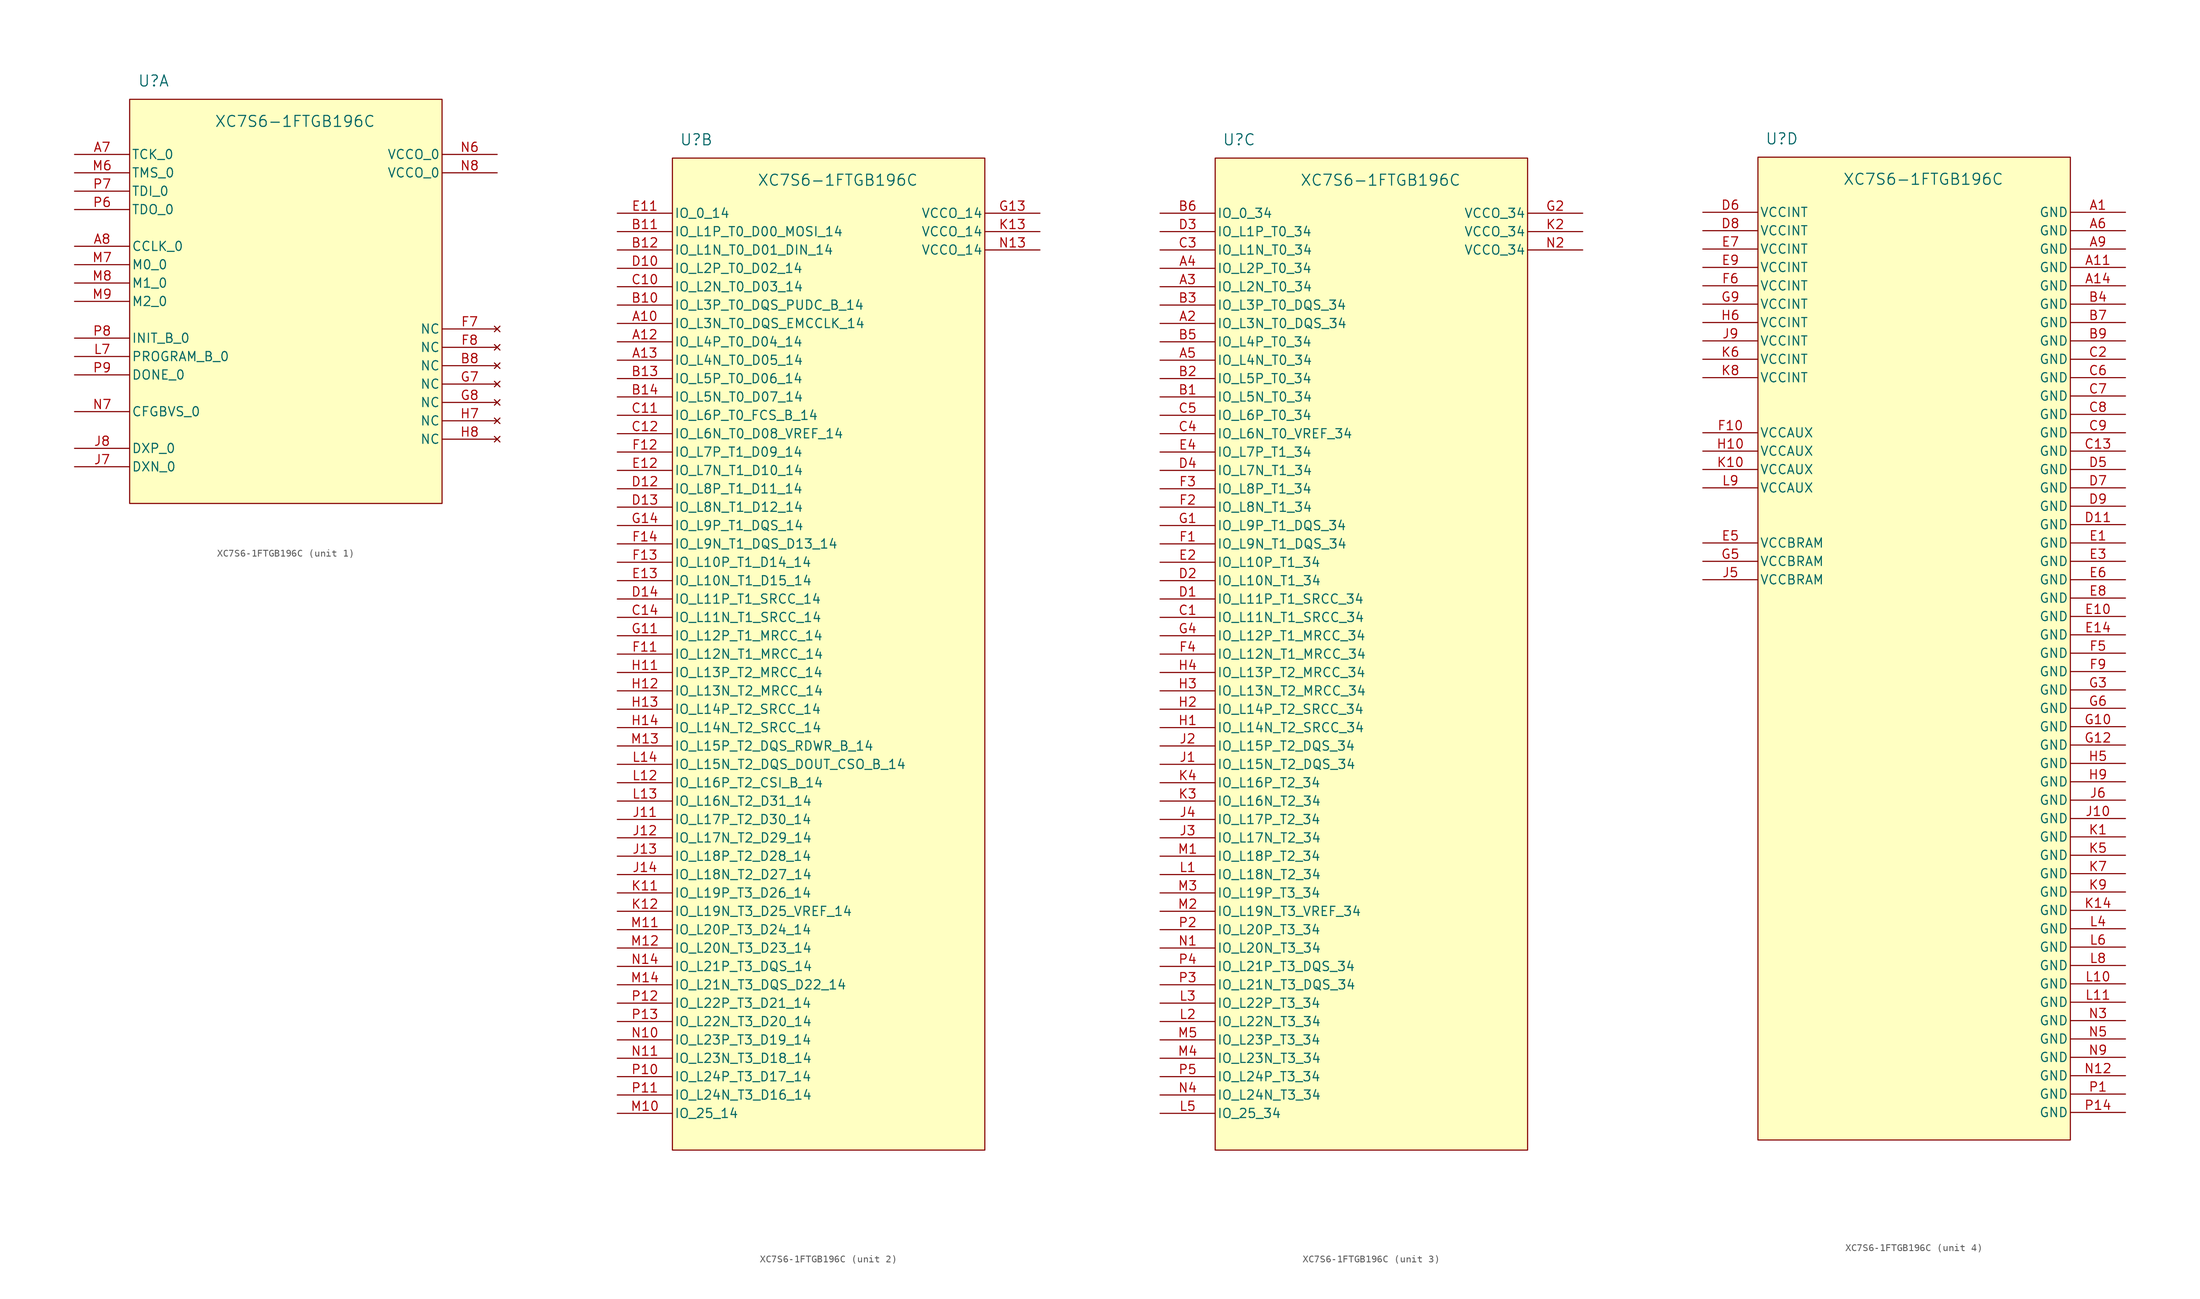
<source format=kicad_sym>
(kicad_symbol_lib
  (version 20241209)
  (generator "kicad_symbol_editor")
  (generator_version "9.0")
  (symbol "XC7S6-1FTGB196C"
    (pin_names
      (offset 0.254))
    (property "Reference" "U"
      (at -18.288 10.16 0)
      (effects (font (size 1.524 1.524))))
    (property "Value" "XC7S6-1FTGB196C"
      (at 1.27 4.572 0)
      (effects (font (size 1.524 1.524))))
    (property "ki_locked" ""
      (at 0 0 0)
      (effects (font (size 1.27 1.27))))
    (symbol "XC7S6-1FTGB196C_1_1"
      (rectangle (start -21.59 7.62) (end 21.59 -48.26) (stroke (width 0) (type default)) (fill (type background)))
      (pin input line (at -29.21 0 0) (length 7.62) (name "TCK_0" (effects (font (size 1.27 1.27)))) (number "A7" (effects (font (size 1.27 1.27)))))
      (pin input line (at -29.21 -2.54 0) (length 7.62) (name "TMS_0" (effects (font (size 1.27 1.27)))) (number "M6" (effects (font (size 1.27 1.27)))))
      (pin input line (at -29.21 -5.08 0) (length 7.62) (name "TDI_0" (effects (font (size 1.27 1.27)))) (number "P7" (effects (font (size 1.27 1.27)))))
      (pin output line (at -29.21 -7.62 0) (length 7.62) (name "TDO_0" (effects (font (size 1.27 1.27)))) (number "P6" (effects (font (size 1.27 1.27)))))
      (pin bidirectional line (at -29.21 -12.7 0) (length 7.62) (name "CCLK_0" (effects (font (size 1.27 1.27)))) (number "A8" (effects (font (size 1.27 1.27)))))
      (pin input line (at -29.21 -15.24 0) (length 7.62) (name "M0_0" (effects (font (size 1.27 1.27)))) (number "M7" (effects (font (size 1.27 1.27)))))
      (pin input line (at -29.21 -17.78 0) (length 7.62) (name "M1_0" (effects (font (size 1.27 1.27)))) (number "M8" (effects (font (size 1.27 1.27)))))
      (pin input line (at -29.21 -20.32 0) (length 7.62) (name "M2_0" (effects (font (size 1.27 1.27)))) (number "M9" (effects (font (size 1.27 1.27)))))
      (pin bidirectional line (at -29.21 -25.4 0) (length 7.62) (name "INIT_B_0" (effects (font (size 1.27 1.27)))) (number "P8" (effects (font (size 1.27 1.27)))))
      (pin input line (at -29.21 -27.94 0) (length 7.62) (name "PROGRAM_B_0" (effects (font (size 1.27 1.27)))) (number "L7" (effects (font (size 1.27 1.27)))))
      (pin bidirectional line (at -29.21 -30.48 0) (length 7.62) (name "DONE_0" (effects (font (size 1.27 1.27)))) (number "P9" (effects (font (size 1.27 1.27)))))
      (pin input line (at -29.21 -35.56 0) (length 7.62) (name "CFGBVS_0" (effects (font (size 1.27 1.27)))) (number "N7" (effects (font (size 1.27 1.27)))))
      (pin passive line (at -29.21 -40.64 0) (length 7.62) (name "DXP_0" (effects (font (size 1.27 1.27)))) (number "J8" (effects (font (size 1.27 1.27)))))
      (pin passive line (at -29.21 -43.18 0) (length 7.62) (name "DXN_0" (effects (font (size 1.27 1.27)))) (number "J7" (effects (font (size 1.27 1.27)))))
      (pin power_in line (at 29.21 0 180) (length 7.62) (name "VCCO_0" (effects (font (size 1.27 1.27)))) (number "N6" (effects (font (size 1.27 1.27)))))
      (pin power_in line (at 29.21 -2.54 180) (length 7.62) (name "VCCO_0" (effects (font (size 1.27 1.27)))) (number "N8" (effects (font (size 1.27 1.27)))))
      (pin no_connect line (at 29.21 -24.13 180) (length 7.62) (name "NC" (effects (font (size 1.27 1.27)))) (number "F7" (effects (font (size 1.27 1.27)))))
      (pin no_connect line (at 29.21 -26.67 180) (length 7.62) (name "NC" (effects (font (size 1.27 1.27)))) (number "F8" (effects (font (size 1.27 1.27)))))
      (pin no_connect line (at 29.21 -29.21 180) (length 7.62) (name "NC" (effects (font (size 1.27 1.27)))) (number "B8" (effects (font (size 1.27 1.27)))))
      (pin no_connect line (at 29.21 -31.75 180) (length 7.62) (name "NC" (effects (font (size 1.27 1.27)))) (number "G7" (effects (font (size 1.27 1.27)))))
      (pin no_connect line (at 29.21 -34.29 180) (length 7.62) (name "NC" (effects (font (size 1.27 1.27)))) (number "G8" (effects (font (size 1.27 1.27)))))
      (pin no_connect line (at 29.21 -36.83 180) (length 7.62) (name "NC" (effects (font (size 1.27 1.27)))) (number "H7" (effects (font (size 1.27 1.27)))))
      (pin no_connect line (at 29.21 -39.37 180) (length 7.62) (name "NC" (effects (font (size 1.27 1.27)))) (number "H8" (effects (font (size 1.27 1.27))))))
    (symbol "XC7S6-1FTGB196C_2_1"
      (rectangle (start -21.59 7.62) (end 21.59 -129.54) (stroke (width 0) (type default)) (fill (type background)))
      (pin bidirectional line (at -29.21 0 0) (length 7.62) (name "IO_0_14" (effects (font (size 1.27 1.27)))) (number "E11" (effects (font (size 1.27 1.27)))))
      (pin bidirectional line (at -29.21 -2.54 0) (length 7.62) (name "IO_L1P_T0_D00_MOSI_14" (effects (font (size 1.27 1.27)))) (number "B11" (effects (font (size 1.27 1.27)))))
      (pin bidirectional line (at -29.21 -5.08 0) (length 7.62) (name "IO_L1N_T0_D01_DIN_14" (effects (font (size 1.27 1.27)))) (number "B12" (effects (font (size 1.27 1.27)))))
      (pin bidirectional line (at -29.21 -7.62 0) (length 7.62) (name "IO_L2P_T0_D02_14" (effects (font (size 1.27 1.27)))) (number "D10" (effects (font (size 1.27 1.27)))))
      (pin bidirectional line (at -29.21 -10.16 0) (length 7.62) (name "IO_L2N_T0_D03_14" (effects (font (size 1.27 1.27)))) (number "C10" (effects (font (size 1.27 1.27)))))
      (pin bidirectional line (at -29.21 -12.7 0) (length 7.62) (name "IO_L3P_T0_DQS_PUDC_B_14" (effects (font (size 1.27 1.27)))) (number "B10" (effects (font (size 1.27 1.27)))))
      (pin bidirectional line (at -29.21 -15.24 0) (length 7.62) (name "IO_L3N_T0_DQS_EMCCLK_14" (effects (font (size 1.27 1.27)))) (number "A10" (effects (font (size 1.27 1.27)))))
      (pin bidirectional line (at -29.21 -17.78 0) (length 7.62) (name "IO_L4P_T0_D04_14" (effects (font (size 1.27 1.27)))) (number "A12" (effects (font (size 1.27 1.27)))))
      (pin bidirectional line (at -29.21 -20.32 0) (length 7.62) (name "IO_L4N_T0_D05_14" (effects (font (size 1.27 1.27)))) (number "A13" (effects (font (size 1.27 1.27)))))
      (pin bidirectional line (at -29.21 -22.86 0) (length 7.62) (name "IO_L5P_T0_D06_14" (effects (font (size 1.27 1.27)))) (number "B13" (effects (font (size 1.27 1.27)))))
      (pin bidirectional line (at -29.21 -25.4 0) (length 7.62) (name "IO_L5N_T0_D07_14" (effects (font (size 1.27 1.27)))) (number "B14" (effects (font (size 1.27 1.27)))))
      (pin bidirectional line (at -29.21 -27.94 0) (length 7.62) (name "IO_L6P_T0_FCS_B_14" (effects (font (size 1.27 1.27)))) (number "C11" (effects (font (size 1.27 1.27)))))
      (pin bidirectional line (at -29.21 -30.48 0) (length 7.62) (name "IO_L6N_T0_D08_VREF_14" (effects (font (size 1.27 1.27)))) (number "C12" (effects (font (size 1.27 1.27)))))
      (pin bidirectional line (at -29.21 -33.02 0) (length 7.62) (name "IO_L7P_T1_D09_14" (effects (font (size 1.27 1.27)))) (number "F12" (effects (font (size 1.27 1.27)))))
      (pin bidirectional line (at -29.21 -35.56 0) (length 7.62) (name "IO_L7N_T1_D10_14" (effects (font (size 1.27 1.27)))) (number "E12" (effects (font (size 1.27 1.27)))))
      (pin bidirectional line (at -29.21 -38.1 0) (length 7.62) (name "IO_L8P_T1_D11_14" (effects (font (size 1.27 1.27)))) (number "D12" (effects (font (size 1.27 1.27)))))
      (pin bidirectional line (at -29.21 -40.64 0) (length 7.62) (name "IO_L8N_T1_D12_14" (effects (font (size 1.27 1.27)))) (number "D13" (effects (font (size 1.27 1.27)))))
      (pin bidirectional line (at -29.21 -43.18 0) (length 7.62) (name "IO_L9P_T1_DQS_14" (effects (font (size 1.27 1.27)))) (number "G14" (effects (font (size 1.27 1.27)))))
      (pin bidirectional line (at -29.21 -45.72 0) (length 7.62) (name "IO_L9N_T1_DQS_D13_14" (effects (font (size 1.27 1.27)))) (number "F14" (effects (font (size 1.27 1.27)))))
      (pin bidirectional line (at -29.21 -48.26 0) (length 7.62) (name "IO_L10P_T1_D14_14" (effects (font (size 1.27 1.27)))) (number "F13" (effects (font (size 1.27 1.27)))))
      (pin bidirectional line (at -29.21 -50.8 0) (length 7.62) (name "IO_L10N_T1_D15_14" (effects (font (size 1.27 1.27)))) (number "E13" (effects (font (size 1.27 1.27)))))
      (pin bidirectional line (at -29.21 -53.34 0) (length 7.62) (name "IO_L11P_T1_SRCC_14" (effects (font (size 1.27 1.27)))) (number "D14" (effects (font (size 1.27 1.27)))))
      (pin bidirectional line (at -29.21 -55.88 0) (length 7.62) (name "IO_L11N_T1_SRCC_14" (effects (font (size 1.27 1.27)))) (number "C14" (effects (font (size 1.27 1.27)))))
      (pin bidirectional line (at -29.21 -58.42 0) (length 7.62) (name "IO_L12P_T1_MRCC_14" (effects (font (size 1.27 1.27)))) (number "G11" (effects (font (size 1.27 1.27)))))
      (pin bidirectional line (at -29.21 -60.96 0) (length 7.62) (name "IO_L12N_T1_MRCC_14" (effects (font (size 1.27 1.27)))) (number "F11" (effects (font (size 1.27 1.27)))))
      (pin bidirectional line (at -29.21 -63.5 0) (length 7.62) (name "IO_L13P_T2_MRCC_14" (effects (font (size 1.27 1.27)))) (number "H11" (effects (font (size 1.27 1.27)))))
      (pin bidirectional line (at -29.21 -66.04 0) (length 7.62) (name "IO_L13N_T2_MRCC_14" (effects (font (size 1.27 1.27)))) (number "H12" (effects (font (size 1.27 1.27)))))
      (pin bidirectional line (at -29.21 -68.58 0) (length 7.62) (name "IO_L14P_T2_SRCC_14" (effects (font (size 1.27 1.27)))) (number "H13" (effects (font (size 1.27 1.27)))))
      (pin bidirectional line (at -29.21 -71.12 0) (length 7.62) (name "IO_L14N_T2_SRCC_14" (effects (font (size 1.27 1.27)))) (number "H14" (effects (font (size 1.27 1.27)))))
      (pin bidirectional line (at -29.21 -73.66 0) (length 7.62) (name "IO_L15P_T2_DQS_RDWR_B_14" (effects (font (size 1.27 1.27)))) (number "M13" (effects (font (size 1.27 1.27)))))
      (pin bidirectional line (at -29.21 -76.2 0) (length 7.62) (name "IO_L15N_T2_DQS_DOUT_CSO_B_14" (effects (font (size 1.27 1.27)))) (number "L14" (effects (font (size 1.27 1.27)))))
      (pin bidirectional line (at -29.21 -78.74 0) (length 7.62) (name "IO_L16P_T2_CSI_B_14" (effects (font (size 1.27 1.27)))) (number "L12" (effects (font (size 1.27 1.27)))))
      (pin bidirectional line (at -29.21 -81.28 0) (length 7.62) (name "IO_L16N_T2_D31_14" (effects (font (size 1.27 1.27)))) (number "L13" (effects (font (size 1.27 1.27)))))
      (pin bidirectional line (at -29.21 -83.82 0) (length 7.62) (name "IO_L17P_T2_D30_14" (effects (font (size 1.27 1.27)))) (number "J11" (effects (font (size 1.27 1.27)))))
      (pin bidirectional line (at -29.21 -86.36 0) (length 7.62) (name "IO_L17N_T2_D29_14" (effects (font (size 1.27 1.27)))) (number "J12" (effects (font (size 1.27 1.27)))))
      (pin bidirectional line (at -29.21 -88.9 0) (length 7.62) (name "IO_L18P_T2_D28_14" (effects (font (size 1.27 1.27)))) (number "J13" (effects (font (size 1.27 1.27)))))
      (pin bidirectional line (at -29.21 -91.44 0) (length 7.62) (name "IO_L18N_T2_D27_14" (effects (font (size 1.27 1.27)))) (number "J14" (effects (font (size 1.27 1.27)))))
      (pin bidirectional line (at -29.21 -93.98 0) (length 7.62) (name "IO_L19P_T3_D26_14" (effects (font (size 1.27 1.27)))) (number "K11" (effects (font (size 1.27 1.27)))))
      (pin bidirectional line (at -29.21 -96.52 0) (length 7.62) (name "IO_L19N_T3_D25_VREF_14" (effects (font (size 1.27 1.27)))) (number "K12" (effects (font (size 1.27 1.27)))))
      (pin bidirectional line (at -29.21 -99.06 0) (length 7.62) (name "IO_L20P_T3_D24_14" (effects (font (size 1.27 1.27)))) (number "M11" (effects (font (size 1.27 1.27)))))
      (pin bidirectional line (at -29.21 -101.6 0) (length 7.62) (name "IO_L20N_T3_D23_14" (effects (font (size 1.27 1.27)))) (number "M12" (effects (font (size 1.27 1.27)))))
      (pin bidirectional line (at -29.21 -104.14 0) (length 7.62) (name "IO_L21P_T3_DQS_14" (effects (font (size 1.27 1.27)))) (number "N14" (effects (font (size 1.27 1.27)))))
      (pin bidirectional line (at -29.21 -106.68 0) (length 7.62) (name "IO_L21N_T3_DQS_D22_14" (effects (font (size 1.27 1.27)))) (number "M14" (effects (font (size 1.27 1.27)))))
      (pin bidirectional line (at -29.21 -109.22 0) (length 7.62) (name "IO_L22P_T3_D21_14" (effects (font (size 1.27 1.27)))) (number "P12" (effects (font (size 1.27 1.27)))))
      (pin bidirectional line (at -29.21 -111.76 0) (length 7.62) (name "IO_L22N_T3_D20_14" (effects (font (size 1.27 1.27)))) (number "P13" (effects (font (size 1.27 1.27)))))
      (pin bidirectional line (at -29.21 -114.3 0) (length 7.62) (name "IO_L23P_T3_D19_14" (effects (font (size 1.27 1.27)))) (number "N10" (effects (font (size 1.27 1.27)))))
      (pin bidirectional line (at -29.21 -116.84 0) (length 7.62) (name "IO_L23N_T3_D18_14" (effects (font (size 1.27 1.27)))) (number "N11" (effects (font (size 1.27 1.27)))))
      (pin bidirectional line (at -29.21 -119.38 0) (length 7.62) (name "IO_L24P_T3_D17_14" (effects (font (size 1.27 1.27)))) (number "P10" (effects (font (size 1.27 1.27)))))
      (pin bidirectional line (at -29.21 -121.92 0) (length 7.62) (name "IO_L24N_T3_D16_14" (effects (font (size 1.27 1.27)))) (number "P11" (effects (font (size 1.27 1.27)))))
      (pin bidirectional line (at -29.21 -124.46 0) (length 7.62) (name "IO_25_14" (effects (font (size 1.27 1.27)))) (number "M10" (effects (font (size 1.27 1.27)))))
      (pin power_in line (at 29.21 0 180) (length 7.62) (name "VCCO_14" (effects (font (size 1.27 1.27)))) (number "G13" (effects (font (size 1.27 1.27)))))
      (pin power_in line (at 29.21 -2.54 180) (length 7.62) (name "VCCO_14" (effects (font (size 1.27 1.27)))) (number "K13" (effects (font (size 1.27 1.27)))))
      (pin power_in line (at 29.21 -5.08 180) (length 7.62) (name "VCCO_14" (effects (font (size 1.27 1.27)))) (number "N13" (effects (font (size 1.27 1.27))))))
    (symbol "XC7S6-1FTGB196C_3_1"
      (rectangle (start -21.59 7.62) (end 21.59 -129.54) (stroke (width 0) (type default)) (fill (type background)))
      (pin bidirectional line (at -29.21 0 0) (length 7.62) (name "IO_0_34" (effects (font (size 1.27 1.27)))) (number "B6" (effects (font (size 1.27 1.27)))))
      (pin bidirectional line (at -29.21 -2.54 0) (length 7.62) (name "IO_L1P_T0_34" (effects (font (size 1.27 1.27)))) (number "D3" (effects (font (size 1.27 1.27)))))
      (pin bidirectional line (at -29.21 -5.08 0) (length 7.62) (name "IO_L1N_T0_34" (effects (font (size 1.27 1.27)))) (number "C3" (effects (font (size 1.27 1.27)))))
      (pin bidirectional line (at -29.21 -7.62 0) (length 7.62) (name "IO_L2P_T0_34" (effects (font (size 1.27 1.27)))) (number "A4" (effects (font (size 1.27 1.27)))))
      (pin bidirectional line (at -29.21 -10.16 0) (length 7.62) (name "IO_L2N_T0_34" (effects (font (size 1.27 1.27)))) (number "A3" (effects (font (size 1.27 1.27)))))
      (pin bidirectional line (at -29.21 -12.7 0) (length 7.62) (name "IO_L3P_T0_DQS_34" (effects (font (size 1.27 1.27)))) (number "B3" (effects (font (size 1.27 1.27)))))
      (pin bidirectional line (at -29.21 -15.24 0) (length 7.62) (name "IO_L3N_T0_DQS_34" (effects (font (size 1.27 1.27)))) (number "A2" (effects (font (size 1.27 1.27)))))
      (pin bidirectional line (at -29.21 -17.78 0) (length 7.62) (name "IO_L4P_T0_34" (effects (font (size 1.27 1.27)))) (number "B5" (effects (font (size 1.27 1.27)))))
      (pin bidirectional line (at -29.21 -20.32 0) (length 7.62) (name "IO_L4N_T0_34" (effects (font (size 1.27 1.27)))) (number "A5" (effects (font (size 1.27 1.27)))))
      (pin bidirectional line (at -29.21 -22.86 0) (length 7.62) (name "IO_L5P_T0_34" (effects (font (size 1.27 1.27)))) (number "B2" (effects (font (size 1.27 1.27)))))
      (pin bidirectional line (at -29.21 -25.4 0) (length 7.62) (name "IO_L5N_T0_34" (effects (font (size 1.27 1.27)))) (number "B1" (effects (font (size 1.27 1.27)))))
      (pin bidirectional line (at -29.21 -27.94 0) (length 7.62) (name "IO_L6P_T0_34" (effects (font (size 1.27 1.27)))) (number "C5" (effects (font (size 1.27 1.27)))))
      (pin bidirectional line (at -29.21 -30.48 0) (length 7.62) (name "IO_L6N_T0_VREF_34" (effects (font (size 1.27 1.27)))) (number "C4" (effects (font (size 1.27 1.27)))))
      (pin bidirectional line (at -29.21 -33.02 0) (length 7.62) (name "IO_L7P_T1_34" (effects (font (size 1.27 1.27)))) (number "E4" (effects (font (size 1.27 1.27)))))
      (pin bidirectional line (at -29.21 -35.56 0) (length 7.62) (name "IO_L7N_T1_34" (effects (font (size 1.27 1.27)))) (number "D4" (effects (font (size 1.27 1.27)))))
      (pin bidirectional line (at -29.21 -38.1 0) (length 7.62) (name "IO_L8P_T1_34" (effects (font (size 1.27 1.27)))) (number "F3" (effects (font (size 1.27 1.27)))))
      (pin bidirectional line (at -29.21 -40.64 0) (length 7.62) (name "IO_L8N_T1_34" (effects (font (size 1.27 1.27)))) (number "F2" (effects (font (size 1.27 1.27)))))
      (pin bidirectional line (at -29.21 -43.18 0) (length 7.62) (name "IO_L9P_T1_DQS_34" (effects (font (size 1.27 1.27)))) (number "G1" (effects (font (size 1.27 1.27)))))
      (pin bidirectional line (at -29.21 -45.72 0) (length 7.62) (name "IO_L9N_T1_DQS_34" (effects (font (size 1.27 1.27)))) (number "F1" (effects (font (size 1.27 1.27)))))
      (pin bidirectional line (at -29.21 -48.26 0) (length 7.62) (name "IO_L10P_T1_34" (effects (font (size 1.27 1.27)))) (number "E2" (effects (font (size 1.27 1.27)))))
      (pin bidirectional line (at -29.21 -50.8 0) (length 7.62) (name "IO_L10N_T1_34" (effects (font (size 1.27 1.27)))) (number "D2" (effects (font (size 1.27 1.27)))))
      (pin bidirectional line (at -29.21 -53.34 0) (length 7.62) (name "IO_L11P_T1_SRCC_34" (effects (font (size 1.27 1.27)))) (number "D1" (effects (font (size 1.27 1.27)))))
      (pin bidirectional line (at -29.21 -55.88 0) (length 7.62) (name "IO_L11N_T1_SRCC_34" (effects (font (size 1.27 1.27)))) (number "C1" (effects (font (size 1.27 1.27)))))
      (pin bidirectional line (at -29.21 -58.42 0) (length 7.62) (name "IO_L12P_T1_MRCC_34" (effects (font (size 1.27 1.27)))) (number "G4" (effects (font (size 1.27 1.27)))))
      (pin bidirectional line (at -29.21 -60.96 0) (length 7.62) (name "IO_L12N_T1_MRCC_34" (effects (font (size 1.27 1.27)))) (number "F4" (effects (font (size 1.27 1.27)))))
      (pin bidirectional line (at -29.21 -63.5 0) (length 7.62) (name "IO_L13P_T2_MRCC_34" (effects (font (size 1.27 1.27)))) (number "H4" (effects (font (size 1.27 1.27)))))
      (pin bidirectional line (at -29.21 -66.04 0) (length 7.62) (name "IO_L13N_T2_MRCC_34" (effects (font (size 1.27 1.27)))) (number "H3" (effects (font (size 1.27 1.27)))))
      (pin bidirectional line (at -29.21 -68.58 0) (length 7.62) (name "IO_L14P_T2_SRCC_34" (effects (font (size 1.27 1.27)))) (number "H2" (effects (font (size 1.27 1.27)))))
      (pin bidirectional line (at -29.21 -71.12 0) (length 7.62) (name "IO_L14N_T2_SRCC_34" (effects (font (size 1.27 1.27)))) (number "H1" (effects (font (size 1.27 1.27)))))
      (pin bidirectional line (at -29.21 -73.66 0) (length 7.62) (name "IO_L15P_T2_DQS_34" (effects (font (size 1.27 1.27)))) (number "J2" (effects (font (size 1.27 1.27)))))
      (pin bidirectional line (at -29.21 -76.2 0) (length 7.62) (name "IO_L15N_T2_DQS_34" (effects (font (size 1.27 1.27)))) (number "J1" (effects (font (size 1.27 1.27)))))
      (pin bidirectional line (at -29.21 -78.74 0) (length 7.62) (name "IO_L16P_T2_34" (effects (font (size 1.27 1.27)))) (number "K4" (effects (font (size 1.27 1.27)))))
      (pin bidirectional line (at -29.21 -81.28 0) (length 7.62) (name "IO_L16N_T2_34" (effects (font (size 1.27 1.27)))) (number "K3" (effects (font (size 1.27 1.27)))))
      (pin bidirectional line (at -29.21 -83.82 0) (length 7.62) (name "IO_L17P_T2_34" (effects (font (size 1.27 1.27)))) (number "J4" (effects (font (size 1.27 1.27)))))
      (pin bidirectional line (at -29.21 -86.36 0) (length 7.62) (name "IO_L17N_T2_34" (effects (font (size 1.27 1.27)))) (number "J3" (effects (font (size 1.27 1.27)))))
      (pin bidirectional line (at -29.21 -88.9 0) (length 7.62) (name "IO_L18P_T2_34" (effects (font (size 1.27 1.27)))) (number "M1" (effects (font (size 1.27 1.27)))))
      (pin bidirectional line (at -29.21 -91.44 0) (length 7.62) (name "IO_L18N_T2_34" (effects (font (size 1.27 1.27)))) (number "L1" (effects (font (size 1.27 1.27)))))
      (pin bidirectional line (at -29.21 -93.98 0) (length 7.62) (name "IO_L19P_T3_34" (effects (font (size 1.27 1.27)))) (number "M3" (effects (font (size 1.27 1.27)))))
      (pin bidirectional line (at -29.21 -96.52 0) (length 7.62) (name "IO_L19N_T3_VREF_34" (effects (font (size 1.27 1.27)))) (number "M2" (effects (font (size 1.27 1.27)))))
      (pin bidirectional line (at -29.21 -99.06 0) (length 7.62) (name "IO_L20P_T3_34" (effects (font (size 1.27 1.27)))) (number "P2" (effects (font (size 1.27 1.27)))))
      (pin bidirectional line (at -29.21 -101.6 0) (length 7.62) (name "IO_L20N_T3_34" (effects (font (size 1.27 1.27)))) (number "N1" (effects (font (size 1.27 1.27)))))
      (pin bidirectional line (at -29.21 -104.14 0) (length 7.62) (name "IO_L21P_T3_DQS_34" (effects (font (size 1.27 1.27)))) (number "P4" (effects (font (size 1.27 1.27)))))
      (pin bidirectional line (at -29.21 -106.68 0) (length 7.62) (name "IO_L21N_T3_DQS_34" (effects (font (size 1.27 1.27)))) (number "P3" (effects (font (size 1.27 1.27)))))
      (pin bidirectional line (at -29.21 -109.22 0) (length 7.62) (name "IO_L22P_T3_34" (effects (font (size 1.27 1.27)))) (number "L3" (effects (font (size 1.27 1.27)))))
      (pin bidirectional line (at -29.21 -111.76 0) (length 7.62) (name "IO_L22N_T3_34" (effects (font (size 1.27 1.27)))) (number "L2" (effects (font (size 1.27 1.27)))))
      (pin bidirectional line (at -29.21 -114.3 0) (length 7.62) (name "IO_L23P_T3_34" (effects (font (size 1.27 1.27)))) (number "M5" (effects (font (size 1.27 1.27)))))
      (pin bidirectional line (at -29.21 -116.84 0) (length 7.62) (name "IO_L23N_T3_34" (effects (font (size 1.27 1.27)))) (number "M4" (effects (font (size 1.27 1.27)))))
      (pin bidirectional line (at -29.21 -119.38 0) (length 7.62) (name "IO_L24P_T3_34" (effects (font (size 1.27 1.27)))) (number "P5" (effects (font (size 1.27 1.27)))))
      (pin bidirectional line (at -29.21 -121.92 0) (length 7.62) (name "IO_L24N_T3_34" (effects (font (size 1.27 1.27)))) (number "N4" (effects (font (size 1.27 1.27)))))
      (pin bidirectional line (at -29.21 -124.46 0) (length 7.62) (name "IO_25_34" (effects (font (size 1.27 1.27)))) (number "L5" (effects (font (size 1.27 1.27)))))
      (pin power_in line (at 29.21 0 180) (length 7.62) (name "VCCO_34" (effects (font (size 1.27 1.27)))) (number "G2" (effects (font (size 1.27 1.27)))))
      (pin power_in line (at 29.21 -2.54 180) (length 7.62) (name "VCCO_34" (effects (font (size 1.27 1.27)))) (number "K2" (effects (font (size 1.27 1.27)))))
      (pin power_in line (at 29.21 -5.08 180) (length 7.62) (name "VCCO_34" (effects (font (size 1.27 1.27)))) (number "N2" (effects (font (size 1.27 1.27))))))
    (symbol "XC7S6-1FTGB196C_4_1"
      (rectangle (start -21.59 7.62) (end 21.59 -128.27) (stroke (width 0) (type default)) (fill (type background)))
      (pin power_in line (at -29.21 0 0) (length 7.62) (name "VCCINT" (effects (font (size 1.27 1.27)))) (number "D6" (effects (font (size 1.27 1.27)))))
      (pin power_in line (at -29.21 -2.54 0) (length 7.62) (name "VCCINT" (effects (font (size 1.27 1.27)))) (number "D8" (effects (font (size 1.27 1.27)))))
      (pin power_in line (at -29.21 -5.08 0) (length 7.62) (name "VCCINT" (effects (font (size 1.27 1.27)))) (number "E7" (effects (font (size 1.27 1.27)))))
      (pin power_in line (at -29.21 -7.62 0) (length 7.62) (name "VCCINT" (effects (font (size 1.27 1.27)))) (number "E9" (effects (font (size 1.27 1.27)))))
      (pin power_in line (at -29.21 -10.16 0) (length 7.62) (name "VCCINT" (effects (font (size 1.27 1.27)))) (number "F6" (effects (font (size 1.27 1.27)))))
      (pin power_in line (at -29.21 -12.7 0) (length 7.62) (name "VCCINT" (effects (font (size 1.27 1.27)))) (number "G9" (effects (font (size 1.27 1.27)))))
      (pin power_in line (at -29.21 -15.24 0) (length 7.62) (name "VCCINT" (effects (font (size 1.27 1.27)))) (number "H6" (effects (font (size 1.27 1.27)))))
      (pin power_in line (at -29.21 -17.78 0) (length 7.62) (name "VCCINT" (effects (font (size 1.27 1.27)))) (number "J9" (effects (font (size 1.27 1.27)))))
      (pin power_in line (at -29.21 -20.32 0) (length 7.62) (name "VCCINT" (effects (font (size 1.27 1.27)))) (number "K6" (effects (font (size 1.27 1.27)))))
      (pin power_in line (at -29.21 -22.86 0) (length 7.62) (name "VCCINT" (effects (font (size 1.27 1.27)))) (number "K8" (effects (font (size 1.27 1.27)))))
      (pin power_in line (at -29.21 -30.48 0) (length 7.62) (name "VCCAUX" (effects (font (size 1.27 1.27)))) (number "F10" (effects (font (size 1.27 1.27)))))
      (pin power_in line (at -29.21 -33.02 0) (length 7.62) (name "VCCAUX" (effects (font (size 1.27 1.27)))) (number "H10" (effects (font (size 1.27 1.27)))))
      (pin power_in line (at -29.21 -35.56 0) (length 7.62) (name "VCCAUX" (effects (font (size 1.27 1.27)))) (number "K10" (effects (font (size 1.27 1.27)))))
      (pin power_in line (at -29.21 -38.1 0) (length 7.62) (name "VCCAUX" (effects (font (size 1.27 1.27)))) (number "L9" (effects (font (size 1.27 1.27)))))
      (pin power_in line (at -29.21 -45.72 0) (length 7.62) (name "VCCBRAM" (effects (font (size 1.27 1.27)))) (number "E5" (effects (font (size 1.27 1.27)))))
      (pin power_in line (at -29.21 -48.26 0) (length 7.62) (name "VCCBRAM" (effects (font (size 1.27 1.27)))) (number "G5" (effects (font (size 1.27 1.27)))))
      (pin power_in line (at -29.21 -50.8 0) (length 7.62) (name "VCCBRAM" (effects (font (size 1.27 1.27)))) (number "J5" (effects (font (size 1.27 1.27)))))
      (pin power_in line (at 29.21 0 180) (length 7.62) (name "GND" (effects (font (size 1.27 1.27)))) (number "A1" (effects (font (size 1.27 1.27)))))
      (pin power_in line (at 29.21 -2.54 180) (length 7.62) (name "GND" (effects (font (size 1.27 1.27)))) (number "A6" (effects (font (size 1.27 1.27)))))
      (pin power_in line (at 29.21 -5.08 180) (length 7.62) (name "GND" (effects (font (size 1.27 1.27)))) (number "A9" (effects (font (size 1.27 1.27)))))
      (pin power_in line (at 29.21 -7.62 180) (length 7.62) (name "GND" (effects (font (size 1.27 1.27)))) (number "A11" (effects (font (size 1.27 1.27)))))
      (pin power_in line (at 29.21 -10.16 180) (length 7.62) (name "GND" (effects (font (size 1.27 1.27)))) (number "A14" (effects (font (size 1.27 1.27)))))
      (pin power_in line (at 29.21 -12.7 180) (length 7.62) (name "GND" (effects (font (size 1.27 1.27)))) (number "B4" (effects (font (size 1.27 1.27)))))
      (pin power_in line (at 29.21 -15.24 180) (length 7.62) (name "GND" (effects (font (size 1.27 1.27)))) (number "B7" (effects (font (size 1.27 1.27)))))
      (pin power_in line (at 29.21 -17.78 180) (length 7.62) (name "GND" (effects (font (size 1.27 1.27)))) (number "B9" (effects (font (size 1.27 1.27)))))
      (pin power_in line (at 29.21 -20.32 180) (length 7.62) (name "GND" (effects (font (size 1.27 1.27)))) (number "C2" (effects (font (size 1.27 1.27)))))
      (pin power_in line (at 29.21 -22.86 180) (length 7.62) (name "GND" (effects (font (size 1.27 1.27)))) (number "C6" (effects (font (size 1.27 1.27)))))
      (pin power_in line (at 29.21 -25.4 180) (length 7.62) (name "GND" (effects (font (size 1.27 1.27)))) (number "C7" (effects (font (size 1.27 1.27)))))
      (pin power_in line (at 29.21 -27.94 180) (length 7.62) (name "GND" (effects (font (size 1.27 1.27)))) (number "C8" (effects (font (size 1.27 1.27)))))
      (pin power_in line (at 29.21 -30.48 180) (length 7.62) (name "GND" (effects (font (size 1.27 1.27)))) (number "C9" (effects (font (size 1.27 1.27)))))
      (pin power_in line (at 29.21 -33.02 180) (length 7.62) (name "GND" (effects (font (size 1.27 1.27)))) (number "C13" (effects (font (size 1.27 1.27)))))
      (pin power_in line (at 29.21 -35.56 180) (length 7.62) (name "GND" (effects (font (size 1.27 1.27)))) (number "D5" (effects (font (size 1.27 1.27)))))
      (pin power_in line (at 29.21 -38.1 180) (length 7.62) (name "GND" (effects (font (size 1.27 1.27)))) (number "D7" (effects (font (size 1.27 1.27)))))
      (pin power_in line (at 29.21 -40.64 180) (length 7.62) (name "GND" (effects (font (size 1.27 1.27)))) (number "D9" (effects (font (size 1.27 1.27)))))
      (pin power_in line (at 29.21 -43.18 180) (length 7.62) (name "GND" (effects (font (size 1.27 1.27)))) (number "D11" (effects (font (size 1.27 1.27)))))
      (pin power_in line (at 29.21 -45.72 180) (length 7.62) (name "GND" (effects (font (size 1.27 1.27)))) (number "E1" (effects (font (size 1.27 1.27)))))
      (pin power_in line (at 29.21 -48.26 180) (length 7.62) (name "GND" (effects (font (size 1.27 1.27)))) (number "E3" (effects (font (size 1.27 1.27)))))
      (pin power_in line (at 29.21 -50.8 180) (length 7.62) (name "GND" (effects (font (size 1.27 1.27)))) (number "E6" (effects (font (size 1.27 1.27)))))
      (pin power_in line (at 29.21 -53.34 180) (length 7.62) (name "GND" (effects (font (size 1.27 1.27)))) (number "E8" (effects (font (size 1.27 1.27)))))
      (pin power_in line (at 29.21 -55.88 180) (length 7.62) (name "GND" (effects (font (size 1.27 1.27)))) (number "E10" (effects (font (size 1.27 1.27)))))
      (pin power_in line (at 29.21 -58.42 180) (length 7.62) (name "GND" (effects (font (size 1.27 1.27)))) (number "E14" (effects (font (size 1.27 1.27)))))
      (pin power_in line (at 29.21 -60.96 180) (length 7.62) (name "GND" (effects (font (size 1.27 1.27)))) (number "F5" (effects (font (size 1.27 1.27)))))
      (pin power_in line (at 29.21 -63.5 180) (length 7.62) (name "GND" (effects (font (size 1.27 1.27)))) (number "F9" (effects (font (size 1.27 1.27)))))
      (pin power_in line (at 29.21 -66.04 180) (length 7.62) (name "GND" (effects (font (size 1.27 1.27)))) (number "G3" (effects (font (size 1.27 1.27)))))
      (pin power_in line (at 29.21 -68.58 180) (length 7.62) (name "GND" (effects (font (size 1.27 1.27)))) (number "G6" (effects (font (size 1.27 1.27)))))
      (pin power_in line (at 29.21 -71.12 180) (length 7.62) (name "GND" (effects (font (size 1.27 1.27)))) (number "G10" (effects (font (size 1.27 1.27)))))
      (pin power_in line (at 29.21 -73.66 180) (length 7.62) (name "GND" (effects (font (size 1.27 1.27)))) (number "G12" (effects (font (size 1.27 1.27)))))
      (pin power_in line (at 29.21 -76.2 180) (length 7.62) (name "GND" (effects (font (size 1.27 1.27)))) (number "H5" (effects (font (size 1.27 1.27)))))
      (pin power_in line (at 29.21 -78.74 180) (length 7.62) (name "GND" (effects (font (size 1.27 1.27)))) (number "H9" (effects (font (size 1.27 1.27)))))
      (pin power_in line (at 29.21 -81.28 180) (length 7.62) (name "GND" (effects (font (size 1.27 1.27)))) (number "J6" (effects (font (size 1.27 1.27)))))
      (pin power_in line (at 29.21 -83.82 180) (length 7.62) (name "GND" (effects (font (size 1.27 1.27)))) (number "J10" (effects (font (size 1.27 1.27)))))
      (pin power_in line (at 29.21 -86.36 180) (length 7.62) (name "GND" (effects (font (size 1.27 1.27)))) (number "K1" (effects (font (size 1.27 1.27)))))
      (pin power_in line (at 29.21 -88.9 180) (length 7.62) (name "GND" (effects (font (size 1.27 1.27)))) (number "K5" (effects (font (size 1.27 1.27)))))
      (pin power_in line (at 29.21 -91.44 180) (length 7.62) (name "GND" (effects (font (size 1.27 1.27)))) (number "K7" (effects (font (size 1.27 1.27)))))
      (pin power_in line (at 29.21 -93.98 180) (length 7.62) (name "GND" (effects (font (size 1.27 1.27)))) (number "K9" (effects (font (size 1.27 1.27)))))
      (pin power_in line (at 29.21 -96.52 180) (length 7.62) (name "GND" (effects (font (size 1.27 1.27)))) (number "K14" (effects (font (size 1.27 1.27)))))
      (pin power_in line (at 29.21 -99.06 180) (length 7.62) (name "GND" (effects (font (size 1.27 1.27)))) (number "L4" (effects (font (size 1.27 1.27)))))
      (pin power_in line (at 29.21 -101.6 180) (length 7.62) (name "GND" (effects (font (size 1.27 1.27)))) (number "L6" (effects (font (size 1.27 1.27)))))
      (pin power_in line (at 29.21 -104.14 180) (length 7.62) (name "GND" (effects (font (size 1.27 1.27)))) (number "L8" (effects (font (size 1.27 1.27)))))
      (pin power_in line (at 29.21 -106.68 180) (length 7.62) (name "GND" (effects (font (size 1.27 1.27)))) (number "L10" (effects (font (size 1.27 1.27)))))
      (pin power_in line (at 29.21 -109.22 180) (length 7.62) (name "GND" (effects (font (size 1.27 1.27)))) (number "L11" (effects (font (size 1.27 1.27)))))
      (pin power_in line (at 29.21 -111.76 180) (length 7.62) (name "GND" (effects (font (size 1.27 1.27)))) (number "N3" (effects (font (size 1.27 1.27)))))
      (pin power_in line (at 29.21 -114.3 180) (length 7.62) (name "GND" (effects (font (size 1.27 1.27)))) (number "N5" (effects (font (size 1.27 1.27)))))
      (pin power_in line (at 29.21 -116.84 180) (length 7.62) (name "GND" (effects (font (size 1.27 1.27)))) (number "N9" (effects (font (size 1.27 1.27)))))
      (pin power_in line (at 29.21 -119.38 180) (length 7.62) (name "GND" (effects (font (size 1.27 1.27)))) (number "N12" (effects (font (size 1.27 1.27)))))
      (pin power_in line (at 29.21 -121.92 180) (length 7.62) (name "GND" (effects (font (size 1.27 1.27)))) (number "P1" (effects (font (size 1.27 1.27)))))
      (pin power_in line (at 29.21 -124.46 180) (length 7.62) (name "GND" (effects (font (size 1.27 1.27)))) (number "P14" (effects (font (size 1.27 1.27))))))))
</source>
